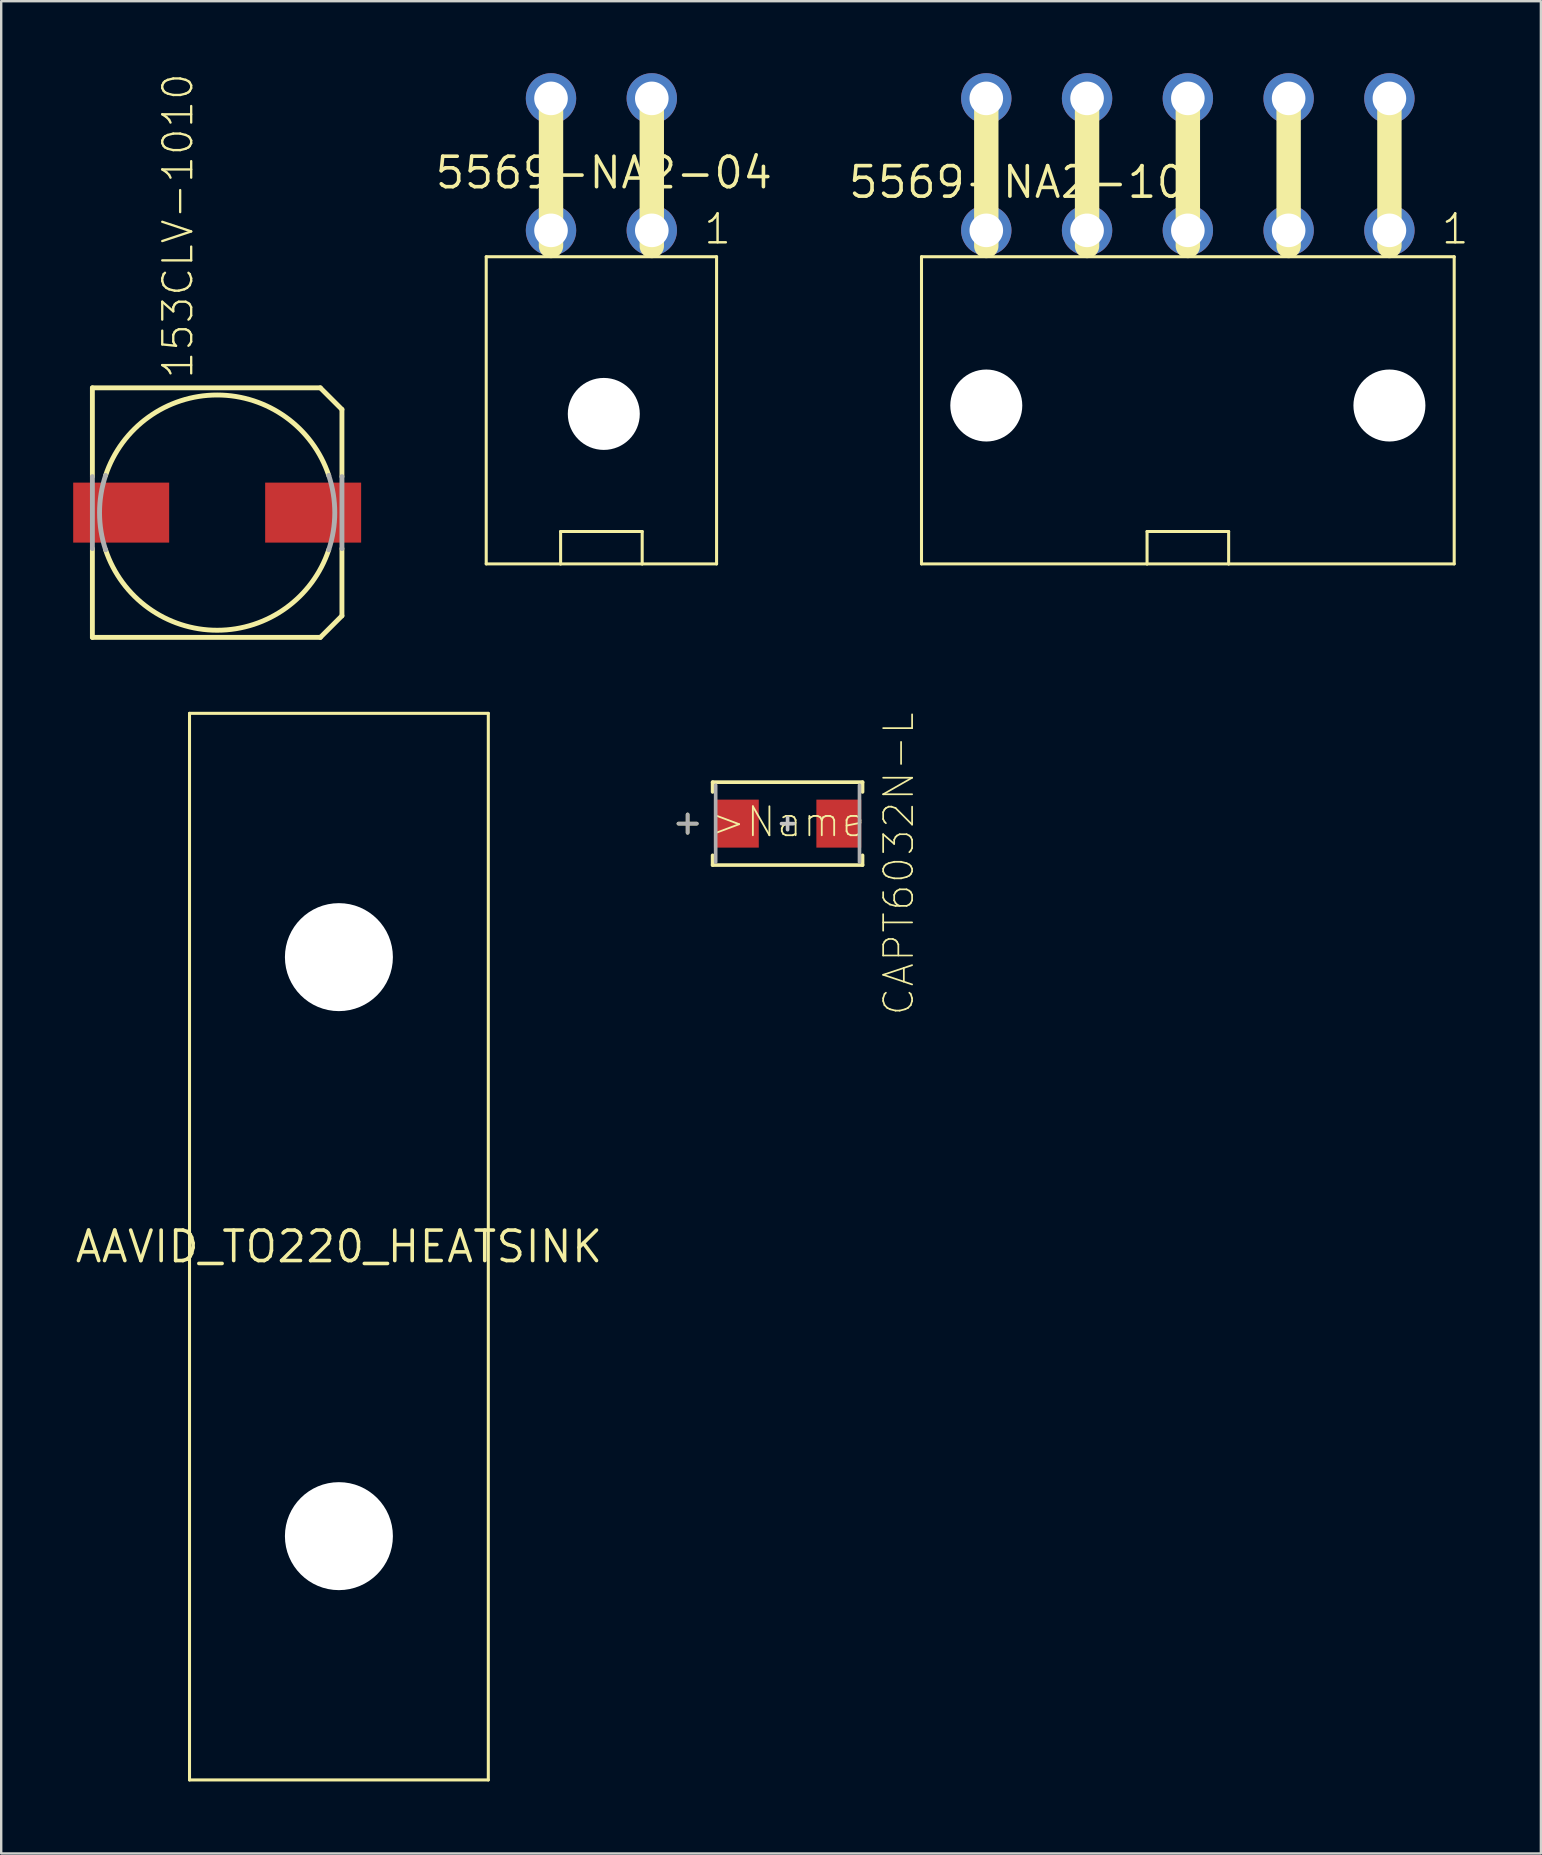
<source format=kicad_pcb>
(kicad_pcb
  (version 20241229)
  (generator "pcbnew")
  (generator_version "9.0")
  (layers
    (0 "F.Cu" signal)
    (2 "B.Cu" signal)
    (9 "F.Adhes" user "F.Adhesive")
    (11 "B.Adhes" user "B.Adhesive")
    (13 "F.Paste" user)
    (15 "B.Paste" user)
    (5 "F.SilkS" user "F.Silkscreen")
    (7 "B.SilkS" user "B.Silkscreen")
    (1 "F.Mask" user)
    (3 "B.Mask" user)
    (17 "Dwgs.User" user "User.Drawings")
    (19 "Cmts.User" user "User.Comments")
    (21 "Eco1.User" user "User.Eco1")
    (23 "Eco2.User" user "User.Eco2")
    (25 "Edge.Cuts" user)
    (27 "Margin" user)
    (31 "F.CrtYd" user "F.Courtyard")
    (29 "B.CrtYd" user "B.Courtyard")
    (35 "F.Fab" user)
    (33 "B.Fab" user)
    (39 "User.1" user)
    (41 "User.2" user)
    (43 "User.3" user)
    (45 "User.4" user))
  (footprint "5569-NA2-10"
    (layer "F.Cu")
    (at 46.453 3.8)
    (property "Reference" "5569-NA2-10" (at 0 0 0) (layer "F.SilkS") (effects (font (size 1.27 1.27) (thickness 0.15)) (justify right top)))
    (attr through_hole)
    (fp_line (start -11.1 3.85) (end -11.1 16.65) (stroke (width 0.127) (type solid)) (layer "F.SilkS"))
    (fp_line (start -11.1 16.65) (end -1.7 16.65) (stroke (width 0.127) (type solid)) (layer "F.SilkS"))
    (fp_line (start -8.4 -2.75) (end -8.4 3.4) (stroke (width 1.016) (type solid)) (layer "F.SilkS"))
    (fp_line (start -4.2 -2.75) (end -4.2 3.4) (stroke (width 1.016) (type solid)) (layer "F.SilkS"))
    (fp_line (start -1.7 15.3) (end -1.7 16.65) (stroke (width 0.127) (type solid)) (layer "F.SilkS"))
    (fp_line (start -1.7 15.3) (end 1.7 15.3) (stroke (width 0.127) (type solid)) (layer "F.SilkS"))
    (fp_line (start -1.7 16.65) (end 1.7 16.65) (stroke (width 0.127) (type solid)) (layer "F.SilkS"))
    (fp_line (start 0 -2.75) (end 0 3.4) (stroke (width 1.016) (type solid)) (layer "F.SilkS"))
    (fp_line (start 1.7 15.3) (end 1.7 16.65) (stroke (width 0.127) (type solid)) (layer "F.SilkS"))
    (fp_line (start 1.7 16.65) (end 11.1 16.65) (stroke (width 0.127) (type solid)) (layer "F.SilkS"))
    (fp_line (start 4.2 -2.75) (end 4.2 3.4) (stroke (width 1.016) (type solid)) (layer "F.SilkS"))
    (fp_line (start 8.4 -2.75) (end 8.4 3.4) (stroke (width 1.016) (type solid)) (layer "F.SilkS"))
    (fp_line (start 11.1 3.85) (end -11.1 3.85) (stroke (width 0.127) (type solid)) (layer "F.SilkS"))
    (fp_line (start 11.1 16.65) (end 11.1 3.85) (stroke (width 0.127) (type solid)) (layer "F.SilkS"))
    (fp_text user "1" (at 10.5 3.4 0) (layer "F.SilkS") (effects (font (size 1.206 1.206) (thickness 0.102)) (justify left bottom)))
    (pad "" np_thru_hole circle (at -8.4 10.05) (size 3 3) (drill 3) (layers "*.Cu" "*.Mask"))
    (pad "" np_thru_hole circle (at 8.4 10.05) (size 3 3) (drill 3) (layers "*.Cu" "*.Mask"))
    (pad "P1" thru_hole circle (at 8.4 2.75) (size 2.1 2.1) (drill 1.4) (layers "*.Cu" "*.Mask"))
    (pad "P2" thru_hole circle (at 4.2 2.75) (size 2.1 2.1) (drill 1.4) (layers "*.Cu" "*.Mask"))
    (pad "P3" thru_hole circle (at 0 2.75) (size 2.1 2.1) (drill 1.4) (layers "*.Cu" "*.Mask"))
    (pad "P4" thru_hole circle (at -4.2 2.75) (size 2.1 2.1) (drill 1.4) (layers "*.Cu" "*.Mask"))
    (pad "P5" thru_hole circle (at -8.4 2.75) (size 2.1 2.1) (drill 1.4) (layers "*.Cu" "*.Mask"))
    (pad "P6" thru_hole circle (at 8.4 -2.75) (size 2.1 2.1) (drill 1.4) (layers "*.Cu" "*.Mask"))
    (pad "P7" thru_hole circle (at 4.2 -2.75) (size 2.1 2.1) (drill 1.4) (layers "*.Cu" "*.Mask"))
    (pad "P8" thru_hole circle (at 0 -2.75) (size 2.1 2.1) (drill 1.4) (layers "*.Cu" "*.Mask"))
    (pad "P9" thru_hole circle (at -4.2 -2.75) (size 2.1 2.1) (drill 1.4) (layers "*.Cu" "*.Mask"))
    (pad "P10" thru_hole circle (at -8.4 -2.75) (size 2.1 2.1) (drill 1.4) (layers "*.Cu" "*.Mask")))
  (footprint "CAPT6032N-L"
    (layer "F.Cu")
    (at 29.772 31.274)
    (property "Reference" "CAPT6032N-L" (at 4.635 1.677 90) (layer "F.SilkS") (effects (font (size 1.206 1.206) (thickness 0.072))))
    (attr through_hole)
    (fp_line (start -4.166 -0.381) (end -4.166 0.381) (stroke (width 0.152) (type solid)) (layer "F.SilkS"))
    (fp_line (start -3.785 0) (end -4.547 0) (stroke (width 0.152) (type solid)) (layer "F.SilkS"))
    (fp_line (start -3.124 -1.727) (end -3.124 -1.321) (stroke (width 0.152) (type solid)) (layer "F.SilkS"))
    (fp_line (start -3.124 1.321) (end -3.124 1.727) (stroke (width 0.152) (type solid)) (layer "F.SilkS"))
    (fp_line (start -3.124 1.727) (end 3.124 1.727) (stroke (width 0.152) (type solid)) (layer "F.SilkS"))
    (fp_line (start 3.124 -1.727) (end -3.124 -1.727) (stroke (width 0.152) (type solid)) (layer "F.SilkS"))
    (fp_line (start 3.124 -1.321) (end 3.124 -1.727) (stroke (width 0.152) (type solid)) (layer "F.SilkS"))
    (fp_line (start 3.124 1.727) (end 3.124 1.321) (stroke (width 0.152) (type solid)) (layer "F.SilkS"))
    (fp_line (start -0.254 0) (end 0.254 0) (stroke (width 0.152) (type solid)) (layer "Dwgs.User"))
    (fp_line (start 0 0.254) (end 0 -0.254) (stroke (width 0.152) (type solid)) (layer "Dwgs.User"))
    (fp_line (start -4.166 -0.381) (end -4.166 0.381) (stroke (width 0.152) (type solid)) (layer "F.Fab"))
    (fp_line (start -3.785 0) (end -4.547 0) (stroke (width 0.152) (type solid)) (layer "F.Fab"))
    (fp_line (start -2.997 -1.6) (end -2.997 1.6) (stroke (width 0.152) (type solid)) (layer "F.Fab"))
    (fp_line (start 2.997 1.6) (end 2.997 -1.6) (stroke (width 0.152) (type solid)) (layer "F.Fab"))
    (fp_text user ">Name" (at -3.277 0.635 0) (layer "F.SilkS") (effects (font (size 1.206 1.206) (thickness 0.076)) (justify left bottom)))
    (pad "1" smd rect (at -2.135 0 90) (size 2 1.87) (layers "F.Cu" "F.Mask" "F.Paste"))
    (pad "2" smd rect (at 2.135 0 90) (size 2 1.87) (layers "F.Cu" "F.Mask" "F.Paste")))
  (footprint "153CLV-1010"
    (layer "F.Cu")
    (at 6 18.313)
    (property "Reference" "153CLV-1010" (at -0.93 -5.51 90) (layer "F.SilkS") (effects (font (size 1.206 1.206) (thickness 0.097)) (justify left bottom)))
    (attr through_hole)
    (fp_line (start -5.2 -5.2) (end 4.3 -5.2) (stroke (width 0.203) (type solid)) (layer "F.SilkS"))
    (fp_line (start -5.2 -1.5) (end -5.2 -5.2) (stroke (width 0.203) (type solid)) (layer "F.SilkS"))
    (fp_line (start -5.2 5.2) (end -5.2 1.5) (stroke (width 0.203) (type solid)) (layer "F.SilkS"))
    (fp_line (start 4.3 -5.2) (end 5.2 -4.3) (stroke (width 0.203) (type solid)) (layer "F.SilkS"))
    (fp_line (start 4.3 5.2) (end -5.2 5.2) (stroke (width 0.203) (type solid)) (layer "F.SilkS"))
    (fp_line (start 5.2 -4.3) (end 5.2 -1.5) (stroke (width 0.203) (type solid)) (layer "F.SilkS"))
    (fp_line (start 5.2 1.5) (end 5.2 4.3) (stroke (width 0.203) (type solid)) (layer "F.SilkS"))
    (fp_line (start 5.2 4.3) (end 4.3 5.2) (stroke (width 0.203) (type solid)) (layer "F.SilkS"))
    (fp_arc (start -4.65 -1.55) (mid 0 -4.90153) (end 4.65 -1.55) (stroke (width 0.2032) (type solid)) (layer "F.SilkS"))
    (fp_arc (start 4.65 1.55) (mid 0 4.90153) (end -4.65 1.55) (stroke (width 0.2032) (type solid)) (layer "F.SilkS"))
    (fp_line (start -5.2 1.5) (end -5.2 -1.5) (stroke (width 0.203) (type solid)) (layer "F.Fab"))
    (fp_line (start 5.2 -1.5) (end 5.2 1.5) (stroke (width 0.203) (type solid)) (layer "F.Fab"))
    (fp_arc (start -4.65 1.55) (mid -4.90153 0) (end -4.65 -1.55) (stroke (width 0.2032) (type solid)) (layer "F.Fab"))
    (fp_arc (start 4.65 -1.55) (mid 4.90153 0) (end 4.65 1.55) (stroke (width 0.2032) (type solid)) (layer "F.Fab"))
    (pad "+" smd rect (at 4 0) (size 4 2.5) (layers "F.Cu" "F.Mask" "F.Paste"))
    (pad "-" smd rect (at -4 0) (size 4 2.5) (layers "F.Cu" "F.Mask" "F.Paste")))
  (footprint "5569-NA2-04"
    (layer "F.Cu")
    (at 22.113 4.15)
    (property "Reference" "5569-NA2-04" (at 0 0 0) (layer "F.SilkS") (effects (font (size 1.27 1.27) (thickness 0.15))))
    (attr through_hole)
    (fp_line (start -4.9 3.5) (end -4.9 16.3) (stroke (width 0.127) (type solid)) (layer "F.SilkS"))
    (fp_line (start -4.9 16.3) (end -1.8 16.3) (stroke (width 0.127) (type solid)) (layer "F.SilkS"))
    (fp_line (start -2.2 -3.1) (end -2.2 3.05) (stroke (width 1.016) (type solid)) (layer "F.SilkS"))
    (fp_line (start -1.8 14.95) (end -1.8 16.3) (stroke (width 0.127) (type solid)) (layer "F.SilkS"))
    (fp_line (start -1.8 14.95) (end 1.6 14.95) (stroke (width 0.127) (type solid)) (layer "F.SilkS"))
    (fp_line (start -1.8 16.3) (end 1.6 16.3) (stroke (width 0.127) (type solid)) (layer "F.SilkS"))
    (fp_line (start 1.6 14.95) (end 1.6 16.3) (stroke (width 0.127) (type solid)) (layer "F.SilkS"))
    (fp_line (start 1.6 16.3) (end 4.7 16.3) (stroke (width 0.127) (type solid)) (layer "F.SilkS"))
    (fp_line (start 2 -3.1) (end 2 3.05) (stroke (width 1.016) (type solid)) (layer "F.SilkS"))
    (fp_line (start 4.7 3.5) (end -4.9 3.5) (stroke (width 0.127) (type solid)) (layer "F.SilkS"))
    (fp_line (start 4.7 16.3) (end 4.7 3.5) (stroke (width 0.127) (type solid)) (layer "F.SilkS"))
    (fp_text user "1" (at 4.1 3.05 0) (layer "F.SilkS") (effects (font (size 1.206 1.206) (thickness 0.102)) (justify left bottom)))
    (pad "" np_thru_hole circle (at 0 10.05) (size 3 3) (drill 3) (layers "*.Cu" "*.Mask"))
    (pad "P1" thru_hole circle (at 2 2.4) (size 2.1 2.1) (drill 1.4) (layers "*.Cu" "*.Mask"))
    (pad "P2" thru_hole circle (at -2.2 2.4) (size 2.1 2.1) (drill 1.4) (layers "*.Cu" "*.Mask"))
    (pad "P3" thru_hole circle (at 2 -3.1) (size 2.1 2.1) (drill 1.4) (layers "*.Cu" "*.Mask"))
    (pad "P4" thru_hole circle (at -2.2 -3.1) (size 2.1 2.1) (drill 1.4) (layers "*.Cu" "*.Mask")))
  (footprint "AAVID_TO220_HEATSINK"
    (layer "F.Cu")
    (at 11.074 48.903)
    (property "Reference" "AAVID_TO220_HEATSINK" (at 0 0 0) (layer "F.SilkS") (effects (font (size 1.27 1.27) (thickness 0.15))))
    (attr through_hole)
    (fp_line (start -6.226 -22.225) (end -6.226 22.225) (stroke (width 0.127) (type solid)) (layer "F.SilkS"))
    (fp_line (start -6.226 22.225) (end 6.226 22.225) (stroke (width 0.127) (type solid)) (layer "F.SilkS"))
    (fp_line (start 6.226 -22.225) (end -6.226 -22.225) (stroke (width 0.127) (type solid)) (layer "F.SilkS"))
    (fp_line (start 6.226 22.225) (end 6.226 -22.225) (stroke (width 0.127) (type solid)) (layer "F.SilkS"))
    (pad "" np_thru_hole circle (at 0 -12.065) (size 4.5 4.5) (drill 4.5) (layers "*.Cu" "*.Mask"))
    (pad "" np_thru_hole circle (at 0 12.065) (size 4.5 4.5) (drill 4.5) (layers "*.Cu" "*.Mask")))
  (gr_rect
    (start -3 -3)
    (end 61.166 74.191)
    (stroke (width 0.1) (type default))
    (fill no)
    (layer "Edge.Cuts")))
</source>
